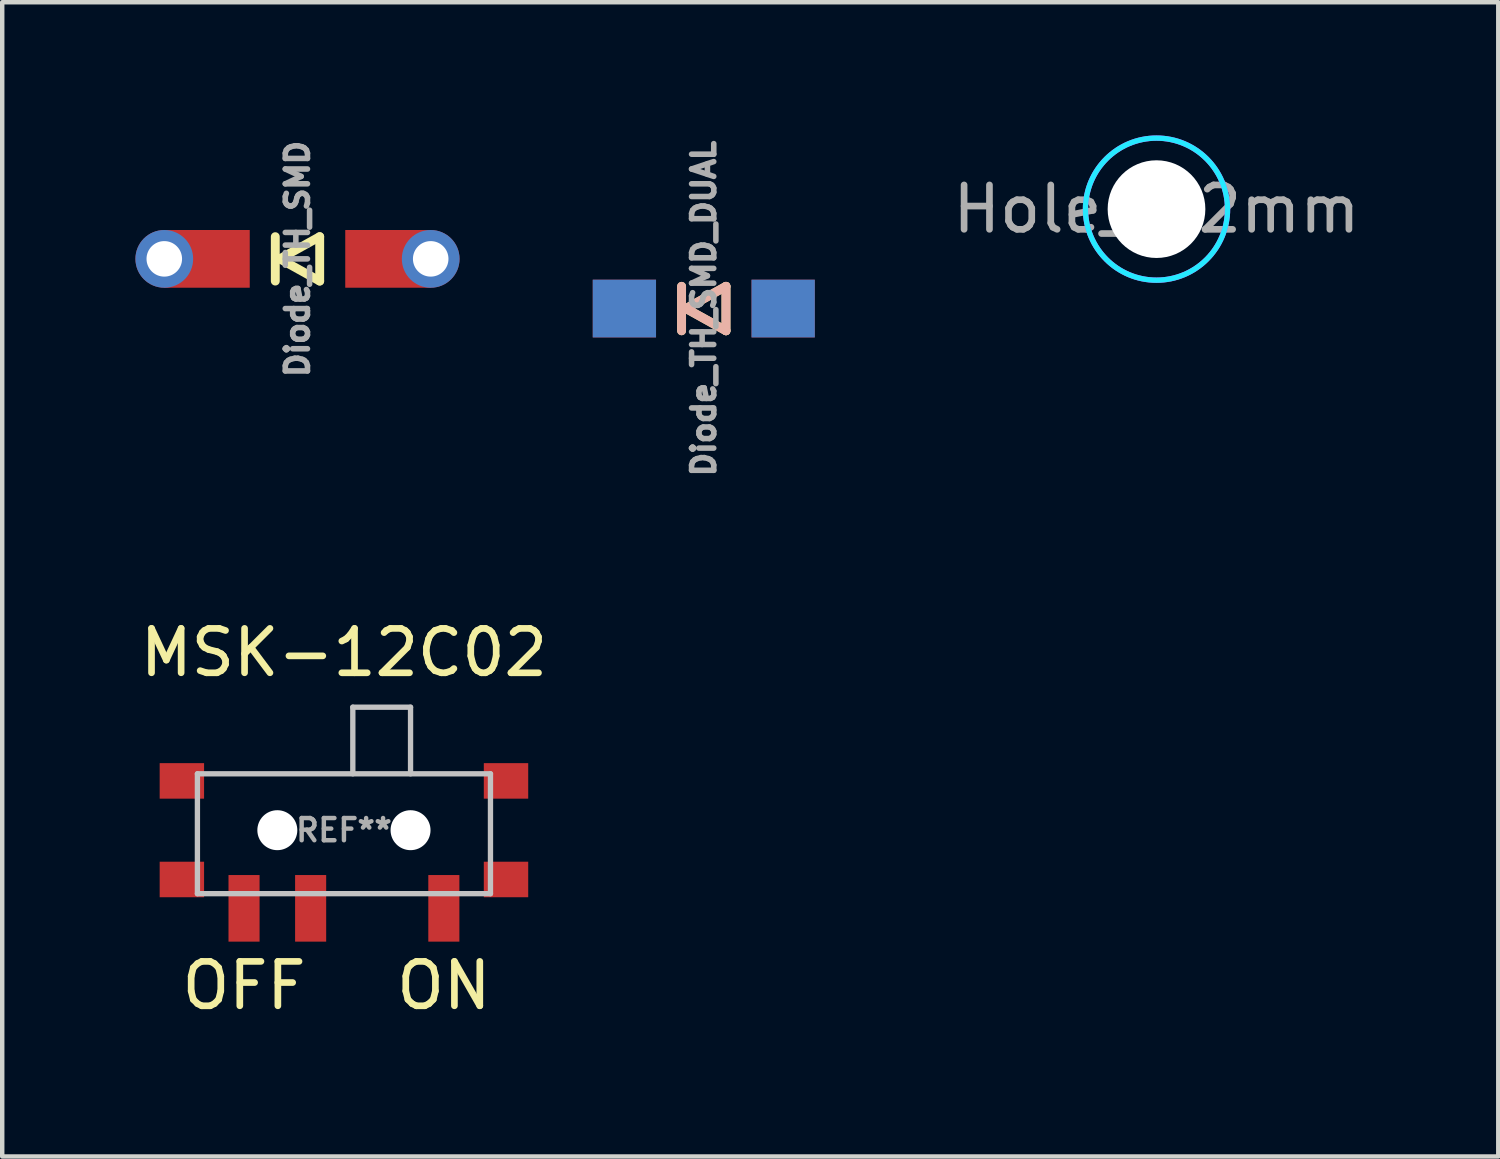
<source format=kicad_pcb>
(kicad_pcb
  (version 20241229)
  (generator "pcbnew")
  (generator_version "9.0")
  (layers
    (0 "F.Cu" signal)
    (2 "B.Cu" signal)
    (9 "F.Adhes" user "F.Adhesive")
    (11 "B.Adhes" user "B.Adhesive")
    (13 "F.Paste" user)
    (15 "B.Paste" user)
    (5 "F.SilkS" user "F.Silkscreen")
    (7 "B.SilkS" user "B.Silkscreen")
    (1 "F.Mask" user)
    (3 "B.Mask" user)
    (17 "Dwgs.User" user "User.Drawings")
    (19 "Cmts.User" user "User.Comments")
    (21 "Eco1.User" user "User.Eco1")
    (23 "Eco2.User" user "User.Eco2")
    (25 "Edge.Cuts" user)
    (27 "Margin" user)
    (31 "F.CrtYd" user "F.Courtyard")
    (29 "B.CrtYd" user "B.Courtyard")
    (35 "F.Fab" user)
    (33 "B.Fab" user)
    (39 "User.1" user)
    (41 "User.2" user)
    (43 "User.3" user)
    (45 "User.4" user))
  (footprint "Diode_TH_SMD"
    (layer "F.Cu")
    (at 3.65 2.78)
    (property "Reference" "Diode_TH_SMD" (at 0 0 270) (layer "F.Fab") (effects (font (size 0.5 0.5) (thickness 0.125))))
    (attr through_hole)
    (fp_line (start -0.5 -0.5) (end -0.5 0.5) (stroke (width 0.2) (type solid)) (layer "F.SilkS"))
    (fp_line (start -0.4 0) (end 0.5 -0.5) (stroke (width 0.2) (type solid)) (layer "F.SilkS"))
    (fp_line (start 0.5 -0.5) (end 0.5 0.5) (stroke (width 0.2) (type solid)) (layer "F.SilkS"))
    (fp_line (start 0.5 0.5) (end -0.4 0) (stroke (width 0.2) (type solid)) (layer "F.SilkS"))
    (pad "1" thru_hole circle (at -3 0) (size 1.3 1.3) (drill 0.8) (layers "*.Cu" "*.Mask"))
    (pad "1" smd rect (at -2.038 0 180) (size 1.925 1.3) (layers "F.Cu" "F.Mask" "F.Paste"))
    (pad "2" smd rect (at 2.038 0 180) (size 1.925 1.3) (layers "F.Cu" "F.Mask" "F.Paste"))
    (pad "2" thru_hole circle (at 3 0) (size 1.3 1.3) (drill 0.8) (layers "*.Cu" "*.Mask")))
  (footprint "MSK-12C02"
    (layer "F.Cu")
    (at 4.696 14.377)
    (property "Reference" "MSK-12C02" (at 0 -2.73 0) (layer "F.SilkS") (effects (font (size 1 1) (thickness 0.15))))
    (attr through_hole)
    (fp_line (start -3.3 0) (end -3.3 2.7) (stroke (width 0.12) (type solid)) (layer "Dwgs.User"))
    (fp_line (start -3.3 0) (end 3.3 0) (stroke (width 0.12) (type solid)) (layer "Dwgs.User"))
    (fp_line (start -3.3 2.7) (end 3.3 2.7) (stroke (width 0.12) (type solid)) (layer "Dwgs.User"))
    (fp_line (start 0.2 -1.5) (end 0.2 0) (stroke (width 0.12) (type solid)) (layer "Dwgs.User"))
    (fp_line (start 0.2 -1.5) (end 1.5 -1.5) (stroke (width 0.12) (type solid)) (layer "Dwgs.User"))
    (fp_line (start 1.5 -1.5) (end 1.5 0) (stroke (width 0.12) (type solid)) (layer "Dwgs.User"))
    (fp_line (start 3.3 0) (end 3.3 2.7) (stroke (width 0.12) (type solid)) (layer "Dwgs.User"))
    (fp_text user "OFF" (at -2.25 4.77 0) (layer "F.SilkS") (effects (font (size 1 1) (thickness 0.15))))
    (fp_text user "ON" (at 2.25 4.77 0) (layer "F.SilkS") (effects (font (size 1 1) (thickness 0.15))))
    (fp_text user "REF**" (at 0 1.27 0) (layer "F.Fab") (effects (font (size 0.5 0.5) (thickness 0.1))))
    (pad "" smd rect (at -3.65 0.16) (size 1 0.8) (layers "F.Cu" "F.Mask" "F.Paste"))
    (pad "" smd rect (at -3.65 2.38) (size 1 0.8) (layers "F.Cu" "F.Mask" "F.Paste"))
    (pad "" np_thru_hole circle (at -1.5 1.27) (size 0.9 0.9) (drill 0.9) (layers "*.Cu" "*.Mask"))
    (pad "" np_thru_hole circle (at 1.5 1.27) (size 0.9 0.9) (drill 0.9) (layers "*.Cu" "*.Mask"))
    (pad "" smd rect (at 3.65 0.16) (size 1 0.8) (layers "F.Cu" "F.Mask" "F.Paste"))
    (pad "" smd rect (at 3.65 2.38) (size 1 0.8) (layers "F.Cu" "F.Mask" "F.Paste"))
    (pad "1" smd rect (at 2.25 3.03) (size 0.7 1.5) (layers "F.Cu" "F.Mask" "F.Paste"))
    (pad "2" smd rect (at -0.75 3.03) (size 0.7 1.5) (layers "F.Cu" "F.Mask" "F.Paste"))
    (pad "3" smd rect (at -2.25 3.03) (size 0.7 1.5) (layers "F.Cu" "F.Mask" "F.Paste")))
  (footprint "Hole_2.2mm"
    (layer "F.Cu")
    (at 22.996 1.66)
    (property "Reference" "Hole_2.2mm" (at 0 0 0) (layer "F.Fab") (effects (font (size 1 1) (thickness 0.15))))
    (attr through_hole)
    (fp_circle (center 0 0) (end 0 -1.6) (stroke (width 0.12) (type solid)) (fill no) (layer "B.CrtYd"))
    (fp_circle (center 0 0) (end 0 -1.6) (stroke (width 0.12) (type solid)) (fill no) (layer "F.CrtYd"))
    (pad "" np_thru_hole circle (at 0 0 270) (size 2.2 2.2) (drill 2.2) (layers "*.Cu" "*.Mask")))
  (footprint "Diode_TH_SMD_DUAL"
    (layer "F.Cu")
    (at 12.8 3.899)
    (property "Reference" "Diode_TH_SMD_DUAL" (at 0 0 270) (layer "F.Fab") (effects (font (size 0.5 0.5) (thickness 0.125))))
    (attr through_hole)
    (fp_line (start -0.5 -0.5) (end -0.5 0.5) (stroke (width 0.2) (type solid)) (layer "F.SilkS"))
    (fp_line (start -0.4 0) (end 0.5 -0.5) (stroke (width 0.2) (type solid)) (layer "F.SilkS"))
    (fp_line (start 0.5 -0.5) (end 0.5 0.5) (stroke (width 0.2) (type solid)) (layer "F.SilkS"))
    (fp_line (start 0.5 0.5) (end -0.4 0) (stroke (width 0.2) (type solid)) (layer "F.SilkS"))
    (fp_line (start -0.5 -0.5) (end -0.5 0.5) (stroke (width 0.2) (type solid)) (layer "B.SilkS"))
    (fp_line (start -0.4 0) (end 0.5 0.5) (stroke (width 0.2) (type solid)) (layer "B.SilkS"))
    (fp_line (start 0.5 -0.5) (end -0.4 0) (stroke (width 0.2) (type solid)) (layer "B.SilkS"))
    (fp_line (start 0.5 -0.5) (end 0.5 0.5) (stroke (width 0.2) (type solid)) (layer "B.SilkS"))
    (pad "1" smd rect (at -1.788 0 180) (size 1.425 1.3) (layers "F.Cu" "F.Mask" "F.Paste"))
    (pad "1" smd rect (at -1.788 0 180) (size 1.425 1.3) (layers "B.Cu" "B.Mask" "B.Paste"))
    (pad "2" smd rect (at 1.788 0 180) (size 1.425 1.3) (layers "F.Cu" "F.Mask" "F.Paste"))
    (pad "2" smd rect (at 1.788 0 180) (size 1.425 1.3) (layers "B.Cu" "B.Mask" "B.Paste")))
  (gr_rect
    (start -3 -3)
    (end 30.693 22.995)
    (stroke (width 0.1) (type default))
    (fill no)
    (layer "Edge.Cuts")))
</source>
